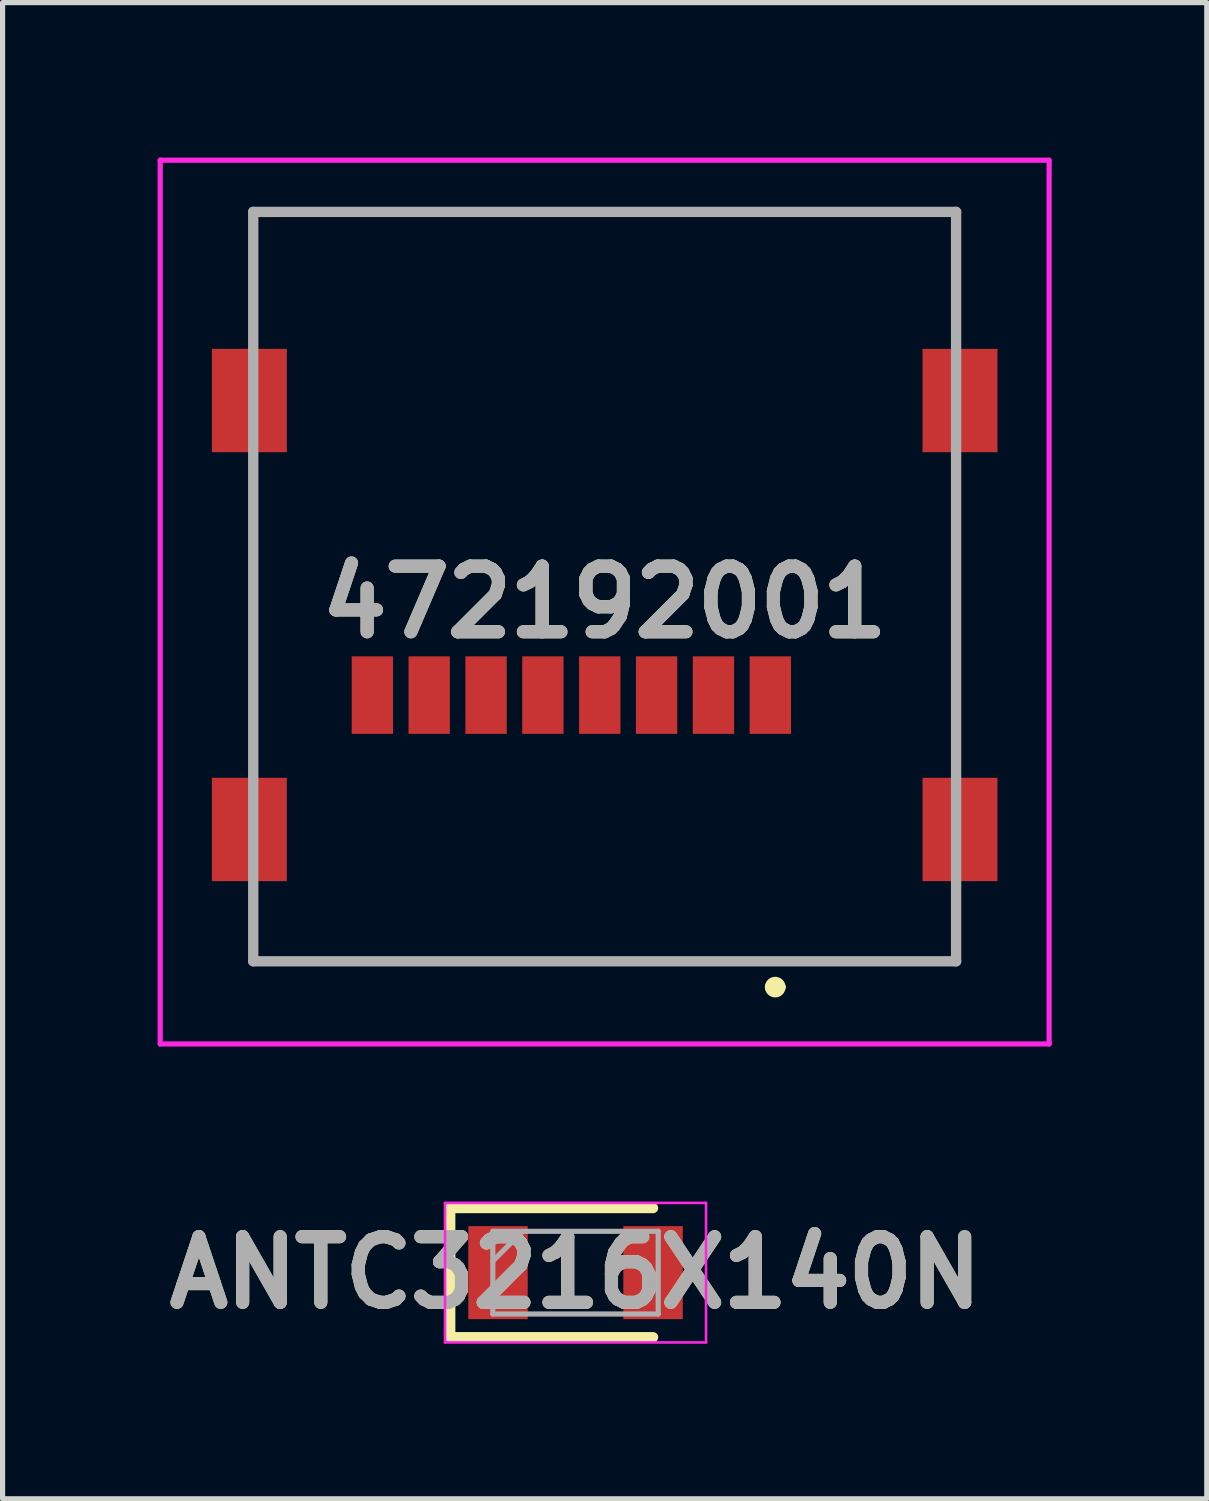
<source format=kicad_pcb>
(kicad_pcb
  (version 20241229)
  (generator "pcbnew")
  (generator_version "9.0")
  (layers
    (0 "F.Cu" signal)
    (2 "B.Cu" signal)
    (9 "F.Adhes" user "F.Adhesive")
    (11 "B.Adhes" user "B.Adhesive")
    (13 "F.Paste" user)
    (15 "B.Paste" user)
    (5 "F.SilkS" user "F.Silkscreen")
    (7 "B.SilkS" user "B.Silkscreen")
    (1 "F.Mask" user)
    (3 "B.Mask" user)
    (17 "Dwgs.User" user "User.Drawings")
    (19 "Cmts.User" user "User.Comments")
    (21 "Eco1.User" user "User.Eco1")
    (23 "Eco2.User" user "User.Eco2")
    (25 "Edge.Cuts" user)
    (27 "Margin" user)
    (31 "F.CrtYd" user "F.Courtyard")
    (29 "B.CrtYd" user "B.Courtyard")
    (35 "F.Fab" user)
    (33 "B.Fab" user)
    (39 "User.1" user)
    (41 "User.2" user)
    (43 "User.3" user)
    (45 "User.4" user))
  (footprint "ANTC3216X140N"
    (layer "F.Cu")
    (at 8.086 21.575)
    (property "Reference" "ANTC3216X140N" (at 0 0 0) (layer "F.SilkS") (effects (font (size 1.27 1.27) (thickness 0.254))))
    (attr smd)
    (fp_line (start -2.425 -1.25) (end -2.425 1.25) (stroke (width 0.2) (type solid)) (layer "F.SilkS"))
    (fp_line (start -2.425 1.25) (end 1.5 1.25) (stroke (width 0.2) (type solid)) (layer "F.SilkS"))
    (fp_line (start 1.5 -1.25) (end -2.425 -1.25) (stroke (width 0.2) (type solid)) (layer "F.SilkS"))
    (fp_line (start -2.525 -1.35) (end 2.525 -1.35) (stroke (width 0.05) (type solid)) (layer "F.CrtYd"))
    (fp_line (start -2.525 1.35) (end -2.525 -1.35) (stroke (width 0.05) (type solid)) (layer "F.CrtYd"))
    (fp_line (start 2.525 -1.35) (end 2.525 1.35) (stroke (width 0.05) (type solid)) (layer "F.CrtYd"))
    (fp_line (start 2.525 1.35) (end -2.525 1.35) (stroke (width 0.05) (type solid)) (layer "F.CrtYd"))
    (fp_line (start -1.6 -0.8) (end 1.6 -0.8) (stroke (width 0.1) (type solid)) (layer "F.Fab"))
    (fp_line (start -1.6 -0.225) (end -1.025 -0.8) (stroke (width 0.1) (type solid)) (layer "F.Fab"))
    (fp_line (start -1.6 0.8) (end -1.6 -0.8) (stroke (width 0.1) (type solid)) (layer "F.Fab"))
    (fp_line (start 1.6 -0.8) (end 1.6 0.8) (stroke (width 0.1) (type solid)) (layer "F.Fab"))
    (fp_line (start 1.6 0.8) (end -1.6 0.8) (stroke (width 0.1) (type solid)) (layer "F.Fab"))
    (fp_text user "${REFERENCE}" (at 0 0 0) (layer "F.Fab") (effects (font (size 1.27 1.27) (thickness 0.254))))
    (pad "1" smd rect (at -1.5 0) (size 1.15 1.8) (layers "F.Cu" "F.Mask" "F.Paste"))
    (pad "2" smd rect (at 1.5 0) (size 1.15 1.8) (layers "F.Cu" "F.Mask" "F.Paste")))
  (footprint "472192001"
    (layer "F.Cu")
    (at 8.65 8.6)
    (property "Reference" "472192001" (at 0 0 0) (layer "F.SilkS") (effects (font (size 1.27 1.27) (thickness 0.254))))
    (attr smd)
    (fp_line (start -6.8 -7.55) (end 6.8 -7.55) (stroke (width 0.1) (type solid)) (layer "F.SilkS"))
    (fp_line (start -6.8 -6.05) (end -6.8 -7.55) (stroke (width 0.1) (type solid)) (layer "F.SilkS"))
    (fp_line (start -6.8 -6.05) (end -6.8 -5.55) (stroke (width 0.1) (type solid)) (layer "F.SilkS"))
    (fp_line (start -6.8 -2.55) (end -6.8 2.95) (stroke (width 0.1) (type solid)) (layer "F.SilkS"))
    (fp_line (start -6.8 5.95) (end -6.8 6.95) (stroke (width 0.1) (type solid)) (layer "F.SilkS"))
    (fp_line (start -6.8 6.95) (end 6.8 6.95) (stroke (width 0.1) (type solid)) (layer "F.SilkS"))
    (fp_line (start 3.2 7.45) (end 3.2 7.45) (stroke (width 0.2) (type solid)) (layer "F.SilkS"))
    (fp_line (start 3.4 7.45) (end 3.4 7.45) (stroke (width 0.2) (type solid)) (layer "F.SilkS"))
    (fp_line (start 6.8 -7.55) (end 6.8 -6.05) (stroke (width 0.1) (type solid)) (layer "F.SilkS"))
    (fp_line (start 6.8 -6.05) (end 6.8 -5.55) (stroke (width 0.1) (type solid)) (layer "F.SilkS"))
    (fp_line (start 6.8 -2.55) (end 6.8 2.95) (stroke (width 0.1) (type solid)) (layer "F.SilkS"))
    (fp_line (start 6.8 6.95) (end 6.8 5.95) (stroke (width 0.1) (type solid)) (layer "F.SilkS"))
    (fp_arc (start 3.2 7.45) (mid 3.3 7.35) (end 3.4 7.45) (stroke (width 0.2) (type solid)) (layer "F.SilkS"))
    (fp_arc (start 3.4 7.45) (mid 3.3 7.55) (end 3.2 7.45) (stroke (width 0.2) (type solid)) (layer "F.SilkS"))
    (fp_line (start -8.6 -8.55) (end 8.6 -8.55) (stroke (width 0.1) (type solid)) (layer "F.CrtYd"))
    (fp_line (start -8.6 8.55) (end -8.6 -8.55) (stroke (width 0.1) (type solid)) (layer "F.CrtYd"))
    (fp_line (start 8.6 -8.55) (end 8.6 8.55) (stroke (width 0.1) (type solid)) (layer "F.CrtYd"))
    (fp_line (start 8.6 8.55) (end -8.6 8.55) (stroke (width 0.1) (type solid)) (layer "F.CrtYd"))
    (fp_line (start -6.8 -7.55) (end 6.8 -7.55) (stroke (width 0.2) (type solid)) (layer "F.Fab"))
    (fp_line (start -6.8 6.95) (end -6.8 -7.55) (stroke (width 0.2) (type solid)) (layer "F.Fab"))
    (fp_line (start 6.8 -7.55) (end 6.8 6.95) (stroke (width 0.2) (type solid)) (layer "F.Fab"))
    (fp_line (start 6.8 6.95) (end -6.8 6.95) (stroke (width 0.2) (type solid)) (layer "F.Fab"))
    (fp_text user "${REFERENCE}" (at 0 0 0) (layer "F.Fab") (effects (font (size 1.27 1.27) (thickness 0.254))))
    (pad "1" smd rect (at 3.205 1.8) (size 0.8 1.5) (layers "F.Cu" "F.Mask" "F.Paste"))
    (pad "2" smd rect (at 2.105 1.8) (size 0.8 1.5) (layers "F.Cu" "F.Mask" "F.Paste"))
    (pad "3" smd rect (at 1.005 1.8) (size 0.8 1.5) (layers "F.Cu" "F.Mask" "F.Paste"))
    (pad "4" smd rect (at -0.095 1.8) (size 0.8 1.5) (layers "F.Cu" "F.Mask" "F.Paste"))
    (pad "5" smd rect (at -1.195 1.8) (size 0.8 1.5) (layers "F.Cu" "F.Mask" "F.Paste"))
    (pad "6" smd rect (at -2.295 1.8) (size 0.8 1.5) (layers "F.Cu" "F.Mask" "F.Paste"))
    (pad "7" smd rect (at -3.395 1.8) (size 0.8 1.5) (layers "F.Cu" "F.Mask" "F.Paste"))
    (pad "8" smd rect (at -4.495 1.8) (size 0.8 1.5) (layers "F.Cu" "F.Mask" "F.Paste"))
    (pad "9" smd rect (at -6.875 4.4) (size 1.45 2) (layers "F.Cu" "F.Mask" "F.Paste"))
    (pad "10" smd rect (at -6.875 -3.9) (size 1.45 2) (layers "F.Cu" "F.Mask" "F.Paste"))
    (pad "11" smd rect (at 6.875 -3.9) (size 1.45 2) (layers "F.Cu" "F.Mask" "F.Paste"))
    (pad "12" smd rect (at 6.875 4.4) (size 1.45 2) (layers "F.Cu" "F.Mask" "F.Paste")))
  (gr_rect
    (start -3 -3)
    (end 20.3 25.95)
    (stroke (width 0.1) (type default))
    (fill no)
    (layer "Edge.Cuts")))
</source>
